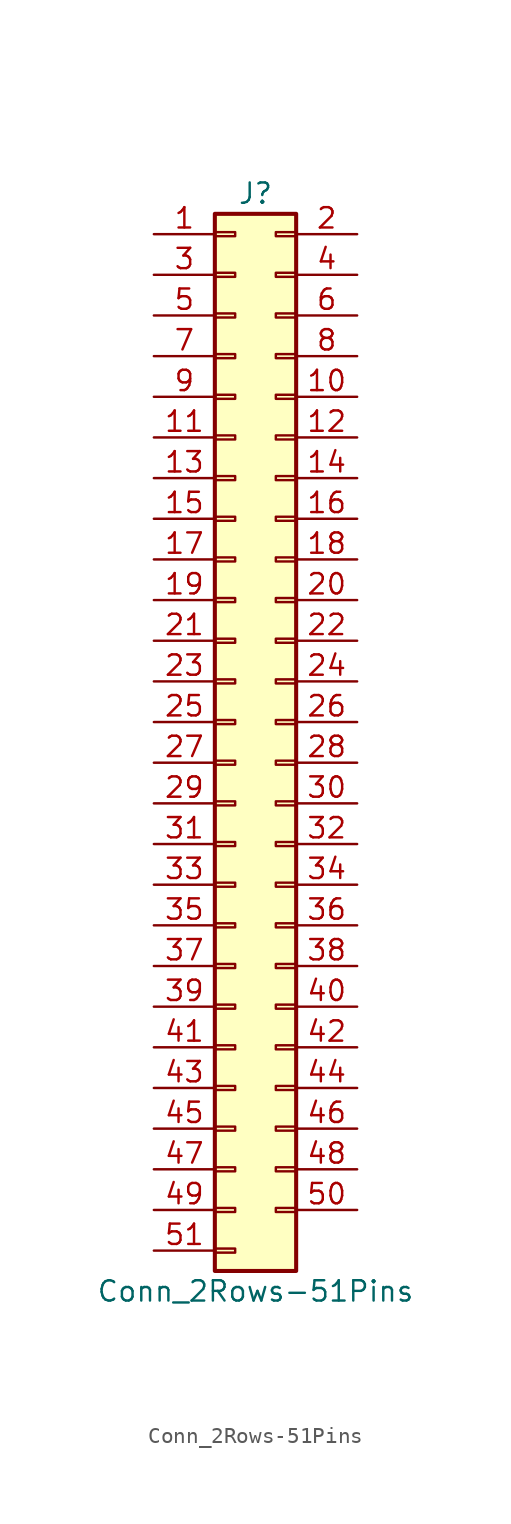
<source format=kicad_sym>
(kicad_symbol_lib
  (version 20200908)
  (generator kicad_symbol_editor)
  (symbol "Connector_Generic:Conn_2Rows-51Pins"
    (pin_names
      (offset 1.016) hide)
    (property "Reference" "J"
      (at 1.27 33.02 0)
      (effects (font (size 1.27 1.27))))
    (property "Value" "Conn_2Rows-51Pins"
      (at 1.27 -35.56 0)
      (effects (font (size 1.27 1.27))))
    (symbol "Conn_2Rows-51Pins_1_1"
      (rectangle (start -1.27 -27.813) (end 0 -28.067) (stroke (width 0.152)) (fill (type none)))
      (rectangle (start -1.27 -30.353) (end 0 -30.607) (stroke (width 0.152)) (fill (type none)))
      (rectangle (start -1.27 -32.893) (end 0 -33.147) (stroke (width 0.152)) (fill (type none)))
      (rectangle (start -1.27 -4.953) (end 0 -5.207) (stroke (width 0.152)) (fill (type none)))
      (rectangle (start -1.27 -7.493) (end 0 -7.747) (stroke (width 0.152)) (fill (type none)))
      (rectangle (start -1.27 -10.033) (end 0 -10.287) (stroke (width 0.152)) (fill (type none)))
      (rectangle (start -1.27 -12.573) (end 0 -12.827) (stroke (width 0.152)) (fill (type none)))
      (rectangle (start -1.27 -15.113) (end 0 -15.367) (stroke (width 0.152)) (fill (type none)))
      (rectangle (start -1.27 -17.653) (end 0 -17.907) (stroke (width 0.152)) (fill (type none)))
      (rectangle (start -1.27 -20.193) (end 0 -20.447) (stroke (width 0.152)) (fill (type none)))
      (rectangle (start -1.27 -22.733) (end 0 -22.987) (stroke (width 0.152)) (fill (type none)))
      (rectangle (start -1.27 -2.413) (end 0 -2.667) (stroke (width 0.152)) (fill (type none)))
      (rectangle (start -1.27 -25.273) (end 0 -25.527) (stroke (width 0.152)) (fill (type none)))
      (rectangle (start -1.27 25.527) (end 0 25.273) (stroke (width 0.152)) (fill (type none)))
      (rectangle (start -1.27 2.667) (end 0 2.413) (stroke (width 0.152)) (fill (type none)))
      (rectangle (start -1.27 28.067) (end 0 27.813) (stroke (width 0.152)) (fill (type none)))
      (rectangle (start -1.27 30.607) (end 0 30.353) (stroke (width 0.152)) (fill (type none)))
      (rectangle (start -1.27 31.75) (end 3.81 -34.29) (stroke (width 0.254)) (fill (type background)))
      (rectangle (start -1.27 5.207) (end 0 4.953) (stroke (width 0.152)) (fill (type none)))
      (rectangle (start -1.27 7.747) (end 0 7.493) (stroke (width 0.152)) (fill (type none)))
      (rectangle (start -1.27 10.287) (end 0 10.033) (stroke (width 0.152)) (fill (type none)))
      (rectangle (start -1.27 0.127) (end 0 -0.127) (stroke (width 0.152)) (fill (type none)))
      (rectangle (start -1.27 12.827) (end 0 12.573) (stroke (width 0.152)) (fill (type none)))
      (rectangle (start -1.27 15.367) (end 0 15.113) (stroke (width 0.152)) (fill (type none)))
      (rectangle (start -1.27 17.907) (end 0 17.653) (stroke (width 0.152)) (fill (type none)))
      (rectangle (start -1.27 20.447) (end 0 20.193) (stroke (width 0.152)) (fill (type none)))
      (rectangle (start -1.27 22.987) (end 0 22.733) (stroke (width 0.152)) (fill (type none)))
      (rectangle (start 3.81 -27.813) (end 2.54 -28.067) (stroke (width 0.152)) (fill (type none)))
      (rectangle (start 3.81 -30.353) (end 2.54 -30.607) (stroke (width 0.152)) (fill (type none)))
      (rectangle (start 3.81 -4.953) (end 2.54 -5.207) (stroke (width 0.152)) (fill (type none)))
      (rectangle (start 3.81 -7.493) (end 2.54 -7.747) (stroke (width 0.152)) (fill (type none)))
      (rectangle (start 3.81 -10.033) (end 2.54 -10.287) (stroke (width 0.152)) (fill (type none)))
      (rectangle (start 3.81 -12.573) (end 2.54 -12.827) (stroke (width 0.152)) (fill (type none)))
      (rectangle (start 3.81 -15.113) (end 2.54 -15.367) (stroke (width 0.152)) (fill (type none)))
      (rectangle (start 3.81 -17.653) (end 2.54 -17.907) (stroke (width 0.152)) (fill (type none)))
      (rectangle (start 3.81 -20.193) (end 2.54 -20.447) (stroke (width 0.152)) (fill (type none)))
      (rectangle (start 3.81 -22.733) (end 2.54 -22.987) (stroke (width 0.152)) (fill (type none)))
      (rectangle (start 3.81 -2.413) (end 2.54 -2.667) (stroke (width 0.152)) (fill (type none)))
      (rectangle (start 3.81 -25.273) (end 2.54 -25.527) (stroke (width 0.152)) (fill (type none)))
      (rectangle (start 3.81 25.527) (end 2.54 25.273) (stroke (width 0.152)) (fill (type none)))
      (rectangle (start 3.81 2.667) (end 2.54 2.413) (stroke (width 0.152)) (fill (type none)))
      (rectangle (start 3.81 28.067) (end 2.54 27.813) (stroke (width 0.152)) (fill (type none)))
      (rectangle (start 3.81 30.607) (end 2.54 30.353) (stroke (width 0.152)) (fill (type none)))
      (rectangle (start 3.81 5.207) (end 2.54 4.953) (stroke (width 0.152)) (fill (type none)))
      (rectangle (start 3.81 7.747) (end 2.54 7.493) (stroke (width 0.152)) (fill (type none)))
      (rectangle (start 3.81 10.287) (end 2.54 10.033) (stroke (width 0.152)) (fill (type none)))
      (rectangle (start 3.81 0.127) (end 2.54 -0.127) (stroke (width 0.152)) (fill (type none)))
      (rectangle (start 3.81 12.827) (end 2.54 12.573) (stroke (width 0.152)) (fill (type none)))
      (rectangle (start 3.81 15.367) (end 2.54 15.113) (stroke (width 0.152)) (fill (type none)))
      (rectangle (start 3.81 17.907) (end 2.54 17.653) (stroke (width 0.152)) (fill (type none)))
      (rectangle (start 3.81 20.447) (end 2.54 20.193) (stroke (width 0.152)) (fill (type none)))
      (rectangle (start 3.81 22.987) (end 2.54 22.733) (stroke (width 0.152)) (fill (type none)))
      (pin passive line (at -5.08 30.48 0) (length 3.81) (name "Pin_1" (effects (font (size 1.27 1.27)))) (number "1" (effects (font (size 1.27 1.27)))))
      (pin passive line (at 7.62 20.32 180) (length 3.81) (name "Pin_10" (effects (font (size 1.27 1.27)))) (number "10" (effects (font (size 1.27 1.27)))))
      (pin passive line (at -5.08 17.78 0) (length 3.81) (name "Pin_11" (effects (font (size 1.27 1.27)))) (number "11" (effects (font (size 1.27 1.27)))))
      (pin passive line (at 7.62 17.78 180) (length 3.81) (name "Pin_12" (effects (font (size 1.27 1.27)))) (number "12" (effects (font (size 1.27 1.27)))))
      (pin passive line (at -5.08 15.24 0) (length 3.81) (name "Pin_13" (effects (font (size 1.27 1.27)))) (number "13" (effects (font (size 1.27 1.27)))))
      (pin passive line (at 7.62 15.24 180) (length 3.81) (name "Pin_14" (effects (font (size 1.27 1.27)))) (number "14" (effects (font (size 1.27 1.27)))))
      (pin passive line (at -5.08 12.7 0) (length 3.81) (name "Pin_15" (effects (font (size 1.27 1.27)))) (number "15" (effects (font (size 1.27 1.27)))))
      (pin passive line (at 7.62 12.7 180) (length 3.81) (name "Pin_16" (effects (font (size 1.27 1.27)))) (number "16" (effects (font (size 1.27 1.27)))))
      (pin passive line (at -5.08 10.16 0) (length 3.81) (name "Pin_17" (effects (font (size 1.27 1.27)))) (number "17" (effects (font (size 1.27 1.27)))))
      (pin passive line (at 7.62 10.16 180) (length 3.81) (name "Pin_18" (effects (font (size 1.27 1.27)))) (number "18" (effects (font (size 1.27 1.27)))))
      (pin passive line (at -5.08 7.62 0) (length 3.81) (name "Pin_19" (effects (font (size 1.27 1.27)))) (number "19" (effects (font (size 1.27 1.27)))))
      (pin passive line (at 7.62 30.48 180) (length 3.81) (name "Pin_2" (effects (font (size 1.27 1.27)))) (number "2" (effects (font (size 1.27 1.27)))))
      (pin passive line (at 7.62 7.62 180) (length 3.81) (name "Pin_20" (effects (font (size 1.27 1.27)))) (number "20" (effects (font (size 1.27 1.27)))))
      (pin passive line (at -5.08 5.08 0) (length 3.81) (name "Pin_21" (effects (font (size 1.27 1.27)))) (number "21" (effects (font (size 1.27 1.27)))))
      (pin passive line (at 7.62 5.08 180) (length 3.81) (name "Pin_22" (effects (font (size 1.27 1.27)))) (number "22" (effects (font (size 1.27 1.27)))))
      (pin passive line (at -5.08 2.54 0) (length 3.81) (name "Pin_23" (effects (font (size 1.27 1.27)))) (number "23" (effects (font (size 1.27 1.27)))))
      (pin passive line (at 7.62 2.54 180) (length 3.81) (name "Pin_24" (effects (font (size 1.27 1.27)))) (number "24" (effects (font (size 1.27 1.27)))))
      (pin passive line (at -5.08 0 0) (length 3.81) (name "Pin_25" (effects (font (size 1.27 1.27)))) (number "25" (effects (font (size 1.27 1.27)))))
      (pin passive line (at 7.62 0 180) (length 3.81) (name "Pin_26" (effects (font (size 1.27 1.27)))) (number "26" (effects (font (size 1.27 1.27)))))
      (pin passive line (at -5.08 -2.54 0) (length 3.81) (name "Pin_27" (effects (font (size 1.27 1.27)))) (number "27" (effects (font (size 1.27 1.27)))))
      (pin passive line (at 7.62 -2.54 180) (length 3.81) (name "Pin_28" (effects (font (size 1.27 1.27)))) (number "28" (effects (font (size 1.27 1.27)))))
      (pin passive line (at -5.08 -5.08 0) (length 3.81) (name "Pin_29" (effects (font (size 1.27 1.27)))) (number "29" (effects (font (size 1.27 1.27)))))
      (pin passive line (at -5.08 27.94 0) (length 3.81) (name "Pin_3" (effects (font (size 1.27 1.27)))) (number "3" (effects (font (size 1.27 1.27)))))
      (pin passive line (at 7.62 -5.08 180) (length 3.81) (name "Pin_30" (effects (font (size 1.27 1.27)))) (number "30" (effects (font (size 1.27 1.27)))))
      (pin passive line (at -5.08 -7.62 0) (length 3.81) (name "Pin_31" (effects (font (size 1.27 1.27)))) (number "31" (effects (font (size 1.27 1.27)))))
      (pin passive line (at 7.62 -7.62 180) (length 3.81) (name "Pin_32" (effects (font (size 1.27 1.27)))) (number "32" (effects (font (size 1.27 1.27)))))
      (pin passive line (at -5.08 -10.16 0) (length 3.81) (name "Pin_33" (effects (font (size 1.27 1.27)))) (number "33" (effects (font (size 1.27 1.27)))))
      (pin passive line (at 7.62 -10.16 180) (length 3.81) (name "Pin_34" (effects (font (size 1.27 1.27)))) (number "34" (effects (font (size 1.27 1.27)))))
      (pin passive line (at -5.08 -12.7 0) (length 3.81) (name "Pin_35" (effects (font (size 1.27 1.27)))) (number "35" (effects (font (size 1.27 1.27)))))
      (pin passive line (at 7.62 -12.7 180) (length 3.81) (name "Pin_36" (effects (font (size 1.27 1.27)))) (number "36" (effects (font (size 1.27 1.27)))))
      (pin passive line (at -5.08 -15.24 0) (length 3.81) (name "Pin_37" (effects (font (size 1.27 1.27)))) (number "37" (effects (font (size 1.27 1.27)))))
      (pin passive line (at 7.62 -15.24 180) (length 3.81) (name "Pin_38" (effects (font (size 1.27 1.27)))) (number "38" (effects (font (size 1.27 1.27)))))
      (pin passive line (at -5.08 -17.78 0) (length 3.81) (name "Pin_39" (effects (font (size 1.27 1.27)))) (number "39" (effects (font (size 1.27 1.27)))))
      (pin passive line (at 7.62 27.94 180) (length 3.81) (name "Pin_4" (effects (font (size 1.27 1.27)))) (number "4" (effects (font (size 1.27 1.27)))))
      (pin passive line (at 7.62 -17.78 180) (length 3.81) (name "Pin_40" (effects (font (size 1.27 1.27)))) (number "40" (effects (font (size 1.27 1.27)))))
      (pin passive line (at -5.08 -20.32 0) (length 3.81) (name "Pin_41" (effects (font (size 1.27 1.27)))) (number "41" (effects (font (size 1.27 1.27)))))
      (pin passive line (at 7.62 -20.32 180) (length 3.81) (name "Pin_42" (effects (font (size 1.27 1.27)))) (number "42" (effects (font (size 1.27 1.27)))))
      (pin passive line (at -5.08 -22.86 0) (length 3.81) (name "Pin_43" (effects (font (size 1.27 1.27)))) (number "43" (effects (font (size 1.27 1.27)))))
      (pin passive line (at 7.62 -22.86 180) (length 3.81) (name "Pin_44" (effects (font (size 1.27 1.27)))) (number "44" (effects (font (size 1.27 1.27)))))
      (pin passive line (at -5.08 -25.4 0) (length 3.81) (name "Pin_45" (effects (font (size 1.27 1.27)))) (number "45" (effects (font (size 1.27 1.27)))))
      (pin passive line (at 7.62 -25.4 180) (length 3.81) (name "Pin_46" (effects (font (size 1.27 1.27)))) (number "46" (effects (font (size 1.27 1.27)))))
      (pin passive line (at -5.08 -27.94 0) (length 3.81) (name "Pin_47" (effects (font (size 1.27 1.27)))) (number "47" (effects (font (size 1.27 1.27)))))
      (pin passive line (at 7.62 -27.94 180) (length 3.81) (name "Pin_48" (effects (font (size 1.27 1.27)))) (number "48" (effects (font (size 1.27 1.27)))))
      (pin passive line (at -5.08 -30.48 0) (length 3.81) (name "Pin_49" (effects (font (size 1.27 1.27)))) (number "49" (effects (font (size 1.27 1.27)))))
      (pin passive line (at -5.08 25.4 0) (length 3.81) (name "Pin_5" (effects (font (size 1.27 1.27)))) (number "5" (effects (font (size 1.27 1.27)))))
      (pin passive line (at 7.62 -30.48 180) (length 3.81) (name "Pin_50" (effects (font (size 1.27 1.27)))) (number "50" (effects (font (size 1.27 1.27)))))
      (pin passive line (at -5.08 -33.02 0) (length 3.81) (name "Pin_51" (effects (font (size 1.27 1.27)))) (number "51" (effects (font (size 1.27 1.27)))))
      (pin passive line (at 7.62 25.4 180) (length 3.81) (name "Pin_6" (effects (font (size 1.27 1.27)))) (number "6" (effects (font (size 1.27 1.27)))))
      (pin passive line (at -5.08 22.86 0) (length 3.81) (name "Pin_7" (effects (font (size 1.27 1.27)))) (number "7" (effects (font (size 1.27 1.27)))))
      (pin passive line (at 7.62 22.86 180) (length 3.81) (name "Pin_8" (effects (font (size 1.27 1.27)))) (number "8" (effects (font (size 1.27 1.27)))))
      (pin passive line (at -5.08 20.32 0) (length 3.81) (name "Pin_9" (effects (font (size 1.27 1.27)))) (number "9" (effects (font (size 1.27 1.27))))))))
</source>
